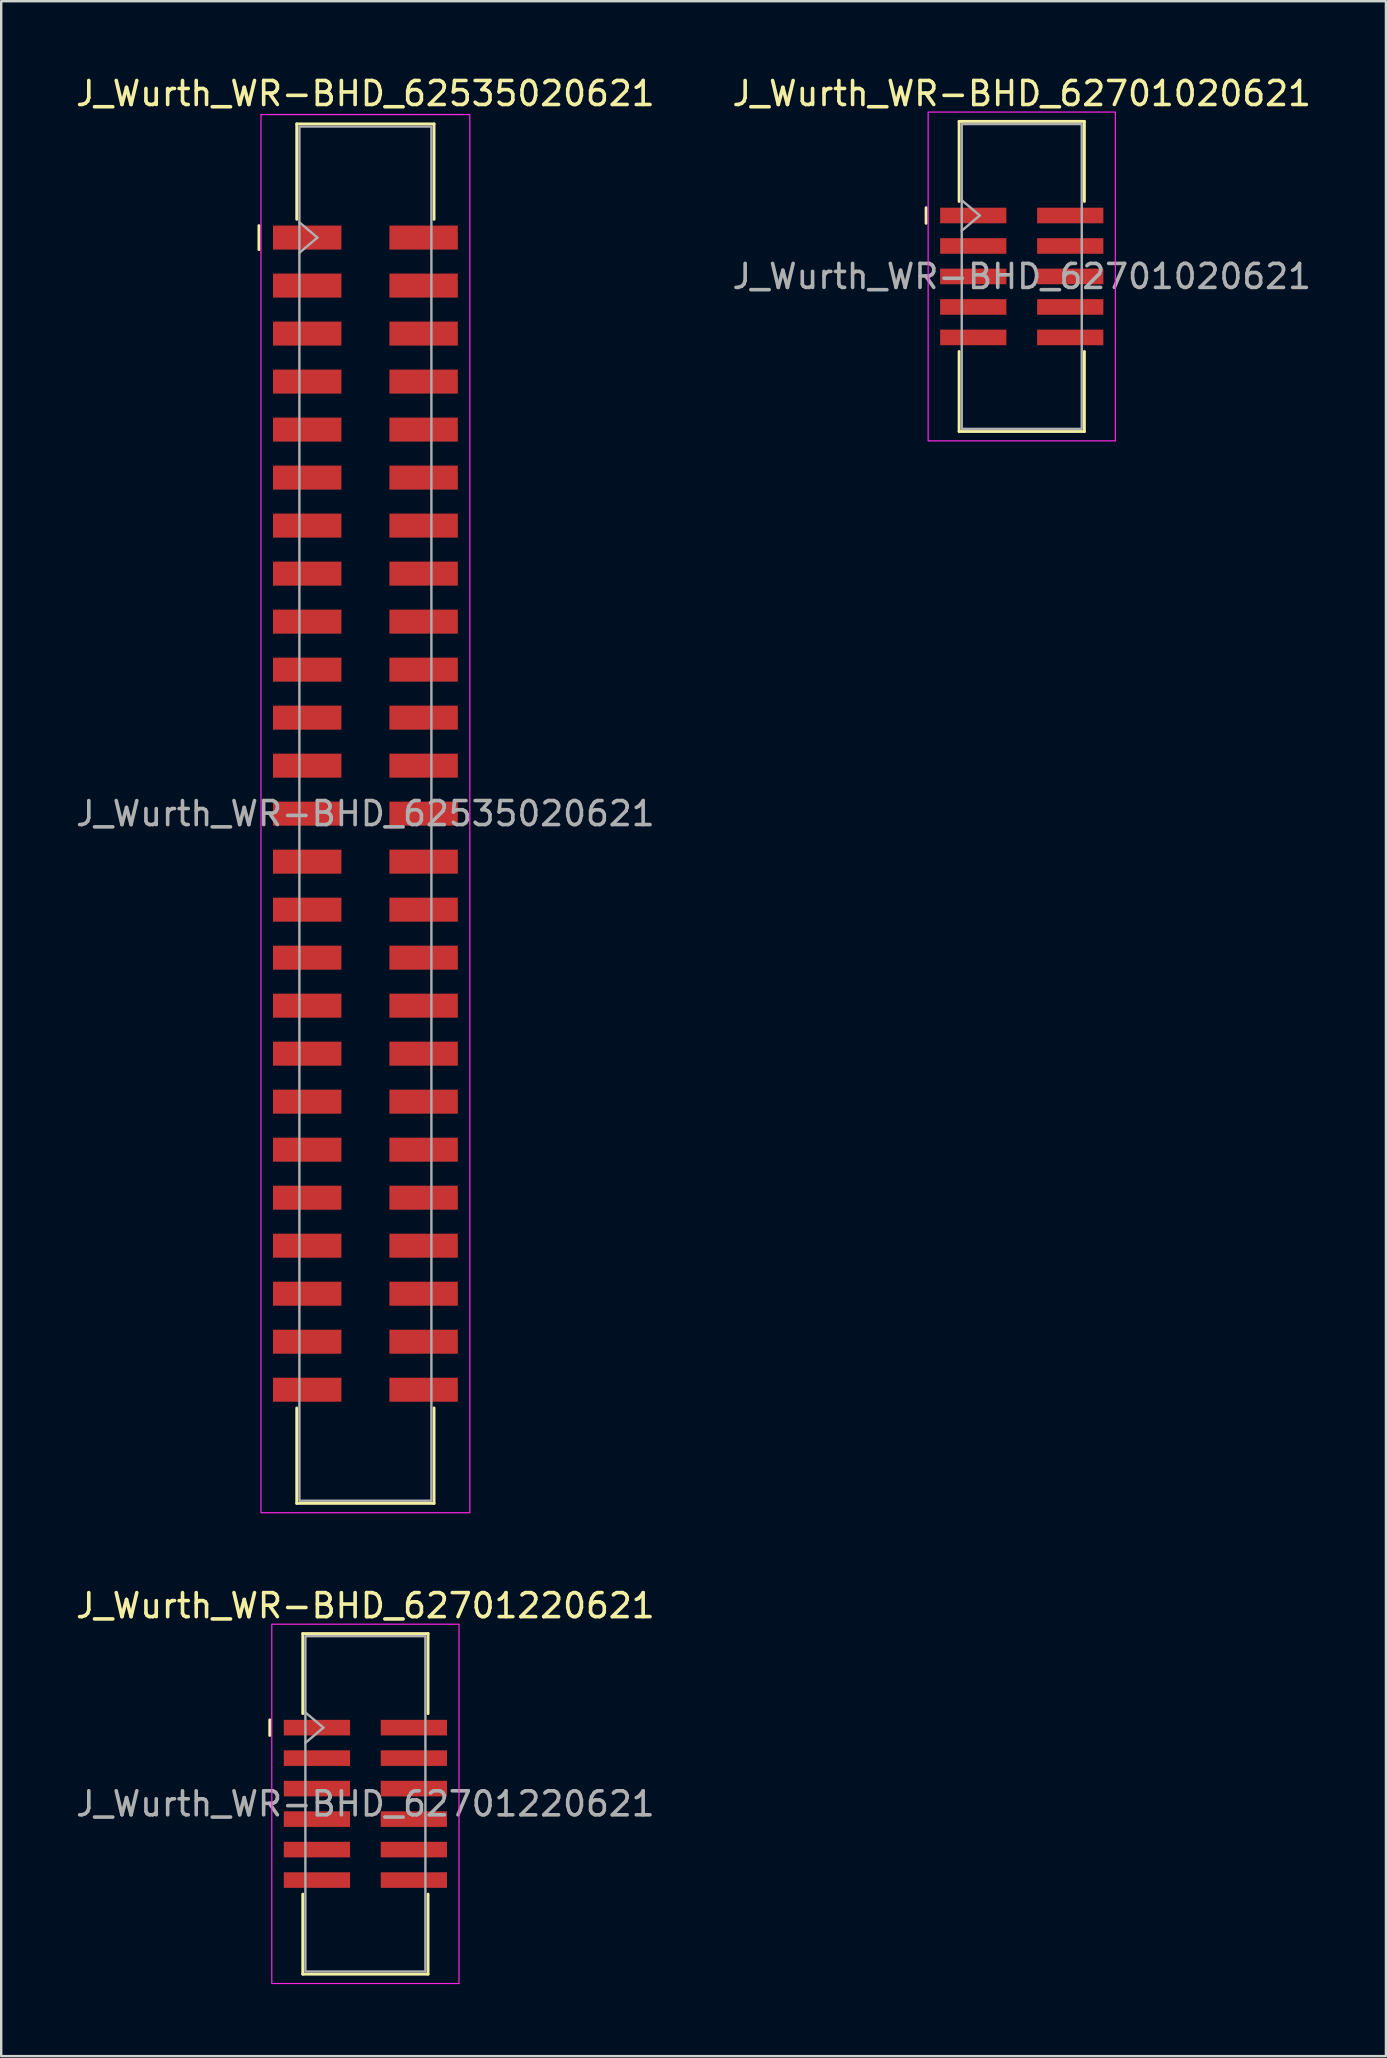
<source format=kicad_pcb>
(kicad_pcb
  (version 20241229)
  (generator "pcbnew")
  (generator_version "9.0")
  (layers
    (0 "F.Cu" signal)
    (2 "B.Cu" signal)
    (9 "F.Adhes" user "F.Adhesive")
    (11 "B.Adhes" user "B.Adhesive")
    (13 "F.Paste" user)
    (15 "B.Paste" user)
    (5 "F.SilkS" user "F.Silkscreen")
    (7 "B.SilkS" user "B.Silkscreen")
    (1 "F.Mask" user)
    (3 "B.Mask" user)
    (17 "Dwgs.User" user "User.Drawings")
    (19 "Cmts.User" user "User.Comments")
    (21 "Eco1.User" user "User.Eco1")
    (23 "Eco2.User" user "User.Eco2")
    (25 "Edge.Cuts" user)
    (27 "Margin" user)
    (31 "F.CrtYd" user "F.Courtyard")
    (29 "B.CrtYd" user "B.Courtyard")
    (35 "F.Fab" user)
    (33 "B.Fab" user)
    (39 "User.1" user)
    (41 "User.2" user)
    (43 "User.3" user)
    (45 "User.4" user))
  (footprint "J_Wurth_WR-BHD_62701220621"
    (layer "F.Cu")
    (at 12.173 72.102)
    (property "Reference" "J_Wurth_WR-BHD_62701220621" (at 0 -8.255 0) (unlocked yes) (layer "F.SilkS") (effects (font (size 1 1) (thickness 0.15))))
    (attr smd)
    (fp_line (start -3.985 -3.5) (end -3.985 -2.85) (stroke (width 0.12) (type solid)) (layer "F.SilkS"))
    (fp_line (start -2.61 -7.095) (end 2.61 -7.095) (stroke (width 0.12) (type default)) (layer "F.SilkS"))
    (fp_line (start -2.61 -3.76) (end -2.61 -7.095) (stroke (width 0.12) (type solid)) (layer "F.SilkS"))
    (fp_line (start -2.61 7.095) (end -2.61 3.76) (stroke (width 0.12) (type solid)) (layer "F.SilkS"))
    (fp_line (start 2.61 -3.76) (end 2.61 -7.095) (stroke (width 0.12) (type solid)) (layer "F.SilkS"))
    (fp_line (start 2.61 3.76) (end 2.61 7.095) (stroke (width 0.12) (type solid)) (layer "F.SilkS"))
    (fp_line (start 2.61 7.095) (end -2.61 7.095) (stroke (width 0.12) (type default)) (layer "F.SilkS"))
    (fp_rect (start -3.9 -7.485) (end 3.9 7.485) (stroke (width 0.05) (type solid)) (fill no) (layer "F.CrtYd"))
    (fp_line (start -1.75 -3.175) (end -2.5 -3.81) (stroke (width 0.1) (type solid)) (layer "F.Fab"))
    (fp_line (start -1.75 -3.175) (end -2.5 -2.54) (stroke (width 0.1) (type solid)) (layer "F.Fab"))
    (fp_rect (start -2.5 -6.985) (end 2.5 6.985) (stroke (width 0.1) (type solid)) (fill no) (layer "F.Fab"))
    (fp_text user "${REFERENCE}" (at 0 0 0) (unlocked yes) (layer "F.Fab") (effects (font (size 1 1) (thickness 0.15))))
    (pad "1" smd rect (at -2.02 -3.175 270) (size 0.65 2.76) (layers "F.Cu" "F.Mask" "F.Paste"))
    (pad "2" smd rect (at 2.02 -3.175 270) (size 0.65 2.76) (layers "F.Cu" "F.Mask" "F.Paste"))
    (pad "3" smd rect (at -2.02 -1.905 270) (size 0.65 2.76) (layers "F.Cu" "F.Mask" "F.Paste"))
    (pad "4" smd rect (at 2.02 -1.905 270) (size 0.65 2.76) (layers "F.Cu" "F.Mask" "F.Paste"))
    (pad "5" smd rect (at -2.02 -0.635 270) (size 0.65 2.76) (layers "F.Cu" "F.Mask" "F.Paste"))
    (pad "6" smd rect (at 2.02 -0.635 270) (size 0.65 2.76) (layers "F.Cu" "F.Mask" "F.Paste"))
    (pad "7" smd rect (at -2.02 0.635 270) (size 0.65 2.76) (layers "F.Cu" "F.Mask" "F.Paste"))
    (pad "8" smd rect (at 2.02 0.635 270) (size 0.65 2.76) (layers "F.Cu" "F.Mask" "F.Paste"))
    (pad "9" smd rect (at -2.02 1.905 270) (size 0.65 2.76) (layers "F.Cu" "F.Mask" "F.Paste"))
    (pad "10" smd rect (at 2.02 1.905 270) (size 0.65 2.76) (layers "F.Cu" "F.Mask" "F.Paste"))
    (pad "11" smd rect (at -2.02 3.175 270) (size 0.65 2.76) (layers "F.Cu" "F.Mask" "F.Paste"))
    (pad "12" smd rect (at 2.02 3.175 270) (size 0.65 2.76) (layers "F.Cu" "F.Mask" "F.Paste")))
  (footprint "J_Wurth_WR-BHD_62535020621"
    (layer "F.Cu")
    (at 12.173 30.848)
    (property "Reference" "J_Wurth_WR-BHD_62535020621" (at 0 -30 0) (unlocked yes) (layer "F.SilkS") (effects (font (size 1 1) (thickness 0.15))))
    (attr smd)
    (fp_line (start -4.435 -24.5) (end -4.435 -23.5) (stroke (width 0.12) (type solid)) (layer "F.SilkS"))
    (fp_line (start -2.86 -28.735) (end -2.86 -24.76) (stroke (width 0.12) (type solid)) (layer "F.SilkS"))
    (fp_line (start -2.86 -28.735) (end 2.86 -28.735) (stroke (width 0.12) (type default)) (layer "F.SilkS"))
    (fp_line (start -2.86 24.76) (end -2.86 28.735) (stroke (width 0.12) (type solid)) (layer "F.SilkS"))
    (fp_line (start 2.86 -28.735) (end 2.86 -24.76) (stroke (width 0.12) (type solid)) (layer "F.SilkS"))
    (fp_line (start 2.86 24.76) (end 2.86 28.735) (stroke (width 0.12) (type solid)) (layer "F.SilkS"))
    (fp_line (start 2.86 28.735) (end -2.86 28.735) (stroke (width 0.12) (type default)) (layer "F.SilkS"))
    (fp_rect (start -4.35 -29.125) (end 4.35 29.125) (stroke (width 0.05) (type solid)) (fill no) (layer "F.CrtYd"))
    (fp_line (start -2 -24) (end -2.75 -24.635) (stroke (width 0.1) (type solid)) (layer "F.Fab"))
    (fp_line (start -2 -24) (end -2.75 -23.365) (stroke (width 0.1) (type solid)) (layer "F.Fab"))
    (fp_rect (start -2.75 -28.625) (end 2.75 28.625) (stroke (width 0.1) (type solid)) (fill no) (layer "F.Fab"))
    (fp_text user "${REFERENCE}" (at 0 0 0) (unlocked yes) (layer "F.Fab") (effects (font (size 1 1) (thickness 0.15))))
    (pad "1" smd rect (at -2.425 -24 270) (size 1 2.85) (layers "F.Cu" "F.Mask" "F.Paste"))
    (pad "2" smd rect (at 2.425 -24 270) (size 1 2.85) (layers "F.Cu" "F.Mask" "F.Paste"))
    (pad "3" smd rect (at -2.425 -22 270) (size 1 2.85) (layers "F.Cu" "F.Mask" "F.Paste"))
    (pad "4" smd rect (at 2.425 -22 270) (size 1 2.85) (layers "F.Cu" "F.Mask" "F.Paste"))
    (pad "5" smd rect (at -2.425 -20 270) (size 1 2.85) (layers "F.Cu" "F.Mask" "F.Paste"))
    (pad "6" smd rect (at 2.425 -20 270) (size 1 2.85) (layers "F.Cu" "F.Mask" "F.Paste"))
    (pad "7" smd rect (at -2.425 -18 270) (size 1 2.85) (layers "F.Cu" "F.Mask" "F.Paste"))
    (pad "8" smd rect (at 2.425 -18 270) (size 1 2.85) (layers "F.Cu" "F.Mask" "F.Paste"))
    (pad "9" smd rect (at -2.425 -16 270) (size 1 2.85) (layers "F.Cu" "F.Mask" "F.Paste"))
    (pad "10" smd rect (at 2.425 -16 270) (size 1 2.85) (layers "F.Cu" "F.Mask" "F.Paste"))
    (pad "11" smd rect (at -2.425 -14 270) (size 1 2.85) (layers "F.Cu" "F.Mask" "F.Paste"))
    (pad "12" smd rect (at 2.425 -14 270) (size 1 2.85) (layers "F.Cu" "F.Mask" "F.Paste"))
    (pad "13" smd rect (at -2.425 -12 270) (size 1 2.85) (layers "F.Cu" "F.Mask" "F.Paste"))
    (pad "14" smd rect (at 2.425 -12 270) (size 1 2.85) (layers "F.Cu" "F.Mask" "F.Paste"))
    (pad "15" smd rect (at -2.425 -10 270) (size 1 2.85) (layers "F.Cu" "F.Mask" "F.Paste"))
    (pad "16" smd rect (at 2.425 -10 270) (size 1 2.85) (layers "F.Cu" "F.Mask" "F.Paste"))
    (pad "17" smd rect (at -2.425 -8 270) (size 1 2.85) (layers "F.Cu" "F.Mask" "F.Paste"))
    (pad "18" smd rect (at 2.425 -8 270) (size 1 2.85) (layers "F.Cu" "F.Mask" "F.Paste"))
    (pad "19" smd rect (at -2.425 -6 270) (size 1 2.85) (layers "F.Cu" "F.Mask" "F.Paste"))
    (pad "20" smd rect (at 2.425 -6 270) (size 1 2.85) (layers "F.Cu" "F.Mask" "F.Paste"))
    (pad "21" smd rect (at -2.425 -4 270) (size 1 2.85) (layers "F.Cu" "F.Mask" "F.Paste"))
    (pad "22" smd rect (at 2.425 -4 270) (size 1 2.85) (layers "F.Cu" "F.Mask" "F.Paste"))
    (pad "23" smd rect (at -2.425 -2 270) (size 1 2.85) (layers "F.Cu" "F.Mask" "F.Paste"))
    (pad "24" smd rect (at 2.425 -2 270) (size 1 2.85) (layers "F.Cu" "F.Mask" "F.Paste"))
    (pad "25" smd rect (at -2.425 0 270) (size 1 2.85) (layers "F.Cu" "F.Mask" "F.Paste"))
    (pad "26" smd rect (at 2.425 0 270) (size 1 2.85) (layers "F.Cu" "F.Mask" "F.Paste"))
    (pad "27" smd rect (at -2.425 2 270) (size 1 2.85) (layers "F.Cu" "F.Mask" "F.Paste"))
    (pad "28" smd rect (at 2.425 2 270) (size 1 2.85) (layers "F.Cu" "F.Mask" "F.Paste"))
    (pad "29" smd rect (at -2.425 4 270) (size 1 2.85) (layers "F.Cu" "F.Mask" "F.Paste"))
    (pad "30" smd rect (at 2.425 4 270) (size 1 2.85) (layers "F.Cu" "F.Mask" "F.Paste"))
    (pad "31" smd rect (at -2.425 6 270) (size 1 2.85) (layers "F.Cu" "F.Mask" "F.Paste"))
    (pad "32" smd rect (at 2.425 6 270) (size 1 2.85) (layers "F.Cu" "F.Mask" "F.Paste"))
    (pad "33" smd rect (at -2.425 8 270) (size 1 2.85) (layers "F.Cu" "F.Mask" "F.Paste"))
    (pad "34" smd rect (at 2.425 8 270) (size 1 2.85) (layers "F.Cu" "F.Mask" "F.Paste"))
    (pad "35" smd rect (at -2.425 10 270) (size 1 2.85) (layers "F.Cu" "F.Mask" "F.Paste"))
    (pad "36" smd rect (at 2.425 10 270) (size 1 2.85) (layers "F.Cu" "F.Mask" "F.Paste"))
    (pad "37" smd rect (at -2.425 12 270) (size 1 2.85) (layers "F.Cu" "F.Mask" "F.Paste"))
    (pad "38" smd rect (at 2.425 12 270) (size 1 2.85) (layers "F.Cu" "F.Mask" "F.Paste"))
    (pad "39" smd rect (at -2.425 14 270) (size 1 2.85) (layers "F.Cu" "F.Mask" "F.Paste"))
    (pad "40" smd rect (at 2.425 14 270) (size 1 2.85) (layers "F.Cu" "F.Mask" "F.Paste"))
    (pad "41" smd rect (at -2.425 16 270) (size 1 2.85) (layers "F.Cu" "F.Mask" "F.Paste"))
    (pad "42" smd rect (at 2.425 16 270) (size 1 2.85) (layers "F.Cu" "F.Mask" "F.Paste"))
    (pad "43" smd rect (at -2.425 18 270) (size 1 2.85) (layers "F.Cu" "F.Mask" "F.Paste"))
    (pad "44" smd rect (at 2.425 18 270) (size 1 2.85) (layers "F.Cu" "F.Mask" "F.Paste"))
    (pad "45" smd rect (at -2.425 20 270) (size 1 2.85) (layers "F.Cu" "F.Mask" "F.Paste"))
    (pad "46" smd rect (at 2.425 20 270) (size 1 2.85) (layers "F.Cu" "F.Mask" "F.Paste"))
    (pad "47" smd rect (at -2.425 22 270) (size 1 2.85) (layers "F.Cu" "F.Mask" "F.Paste"))
    (pad "48" smd rect (at 2.425 22 270) (size 1 2.85) (layers "F.Cu" "F.Mask" "F.Paste"))
    (pad "49" smd rect (at -2.425 24 270) (size 1 2.85) (layers "F.Cu" "F.Mask" "F.Paste"))
    (pad "50" smd rect (at 2.425 24 270) (size 1 2.85) (layers "F.Cu" "F.Mask" "F.Paste")))
  (footprint "J_Wurth_WR-BHD_62701020621"
    (layer "F.Cu")
    (at 39.518 8.468)
    (property "Reference" "J_Wurth_WR-BHD_62701020621" (at 0 -7.62 0) (unlocked yes) (layer "F.SilkS") (effects (font (size 1 1) (thickness 0.15))))
    (attr smd)
    (fp_line (start -3.985 -2.865) (end -3.985 -2.215) (stroke (width 0.12) (type solid)) (layer "F.SilkS"))
    (fp_line (start -2.61 -6.46) (end 2.61 -6.46) (stroke (width 0.12) (type default)) (layer "F.SilkS"))
    (fp_line (start -2.61 -3.125) (end -2.61 -6.46) (stroke (width 0.12) (type solid)) (layer "F.SilkS"))
    (fp_line (start -2.61 6.46) (end -2.61 3.125) (stroke (width 0.12) (type solid)) (layer "F.SilkS"))
    (fp_line (start 2.61 -3.125) (end 2.61 -6.46) (stroke (width 0.12) (type solid)) (layer "F.SilkS"))
    (fp_line (start 2.61 3.125) (end 2.61 6.46) (stroke (width 0.12) (type solid)) (layer "F.SilkS"))
    (fp_line (start 2.61 6.46) (end -2.61 6.46) (stroke (width 0.12) (type default)) (layer "F.SilkS"))
    (fp_rect (start -3.9 -6.85) (end 3.9 6.85) (stroke (width 0.05) (type solid)) (fill no) (layer "F.CrtYd"))
    (fp_line (start -1.75 -2.54) (end -2.5 -3.175) (stroke (width 0.1) (type solid)) (layer "F.Fab"))
    (fp_line (start -1.75 -2.54) (end -2.5 -1.905) (stroke (width 0.1) (type solid)) (layer "F.Fab"))
    (fp_rect (start -2.5 -6.35) (end 2.5 6.35) (stroke (width 0.1) (type solid)) (fill no) (layer "F.Fab"))
    (fp_text user "${REFERENCE}" (at 0 0 0) (unlocked yes) (layer "F.Fab") (effects (font (size 1 1) (thickness 0.15))))
    (pad "1" smd rect (at -2.02 -2.54 270) (size 0.65 2.76) (layers "F.Cu" "F.Mask" "F.Paste"))
    (pad "2" smd rect (at 2.02 -2.54 270) (size 0.65 2.76) (layers "F.Cu" "F.Mask" "F.Paste"))
    (pad "3" smd rect (at -2.02 -1.27 270) (size 0.65 2.76) (layers "F.Cu" "F.Mask" "F.Paste"))
    (pad "4" smd rect (at 2.02 -1.27 270) (size 0.65 2.76) (layers "F.Cu" "F.Mask" "F.Paste"))
    (pad "5" smd rect (at -2.02 0 270) (size 0.65 2.76) (layers "F.Cu" "F.Mask" "F.Paste"))
    (pad "6" smd rect (at 2.02 0 270) (size 0.65 2.76) (layers "F.Cu" "F.Mask" "F.Paste"))
    (pad "7" smd rect (at -2.02 1.27 270) (size 0.65 2.76) (layers "F.Cu" "F.Mask" "F.Paste"))
    (pad "8" smd rect (at 2.02 1.27 270) (size 0.65 2.76) (layers "F.Cu" "F.Mask" "F.Paste"))
    (pad "9" smd rect (at -2.02 2.54 270) (size 0.65 2.76) (layers "F.Cu" "F.Mask" "F.Paste"))
    (pad "10" smd rect (at 2.02 2.54 270) (size 0.65 2.76) (layers "F.Cu" "F.Mask" "F.Paste")))
  (gr_rect
    (start -3 -3)
    (end 54.69 82.612)
    (stroke (width 0.1) (type default))
    (fill no)
    (layer "Edge.Cuts")))
</source>
